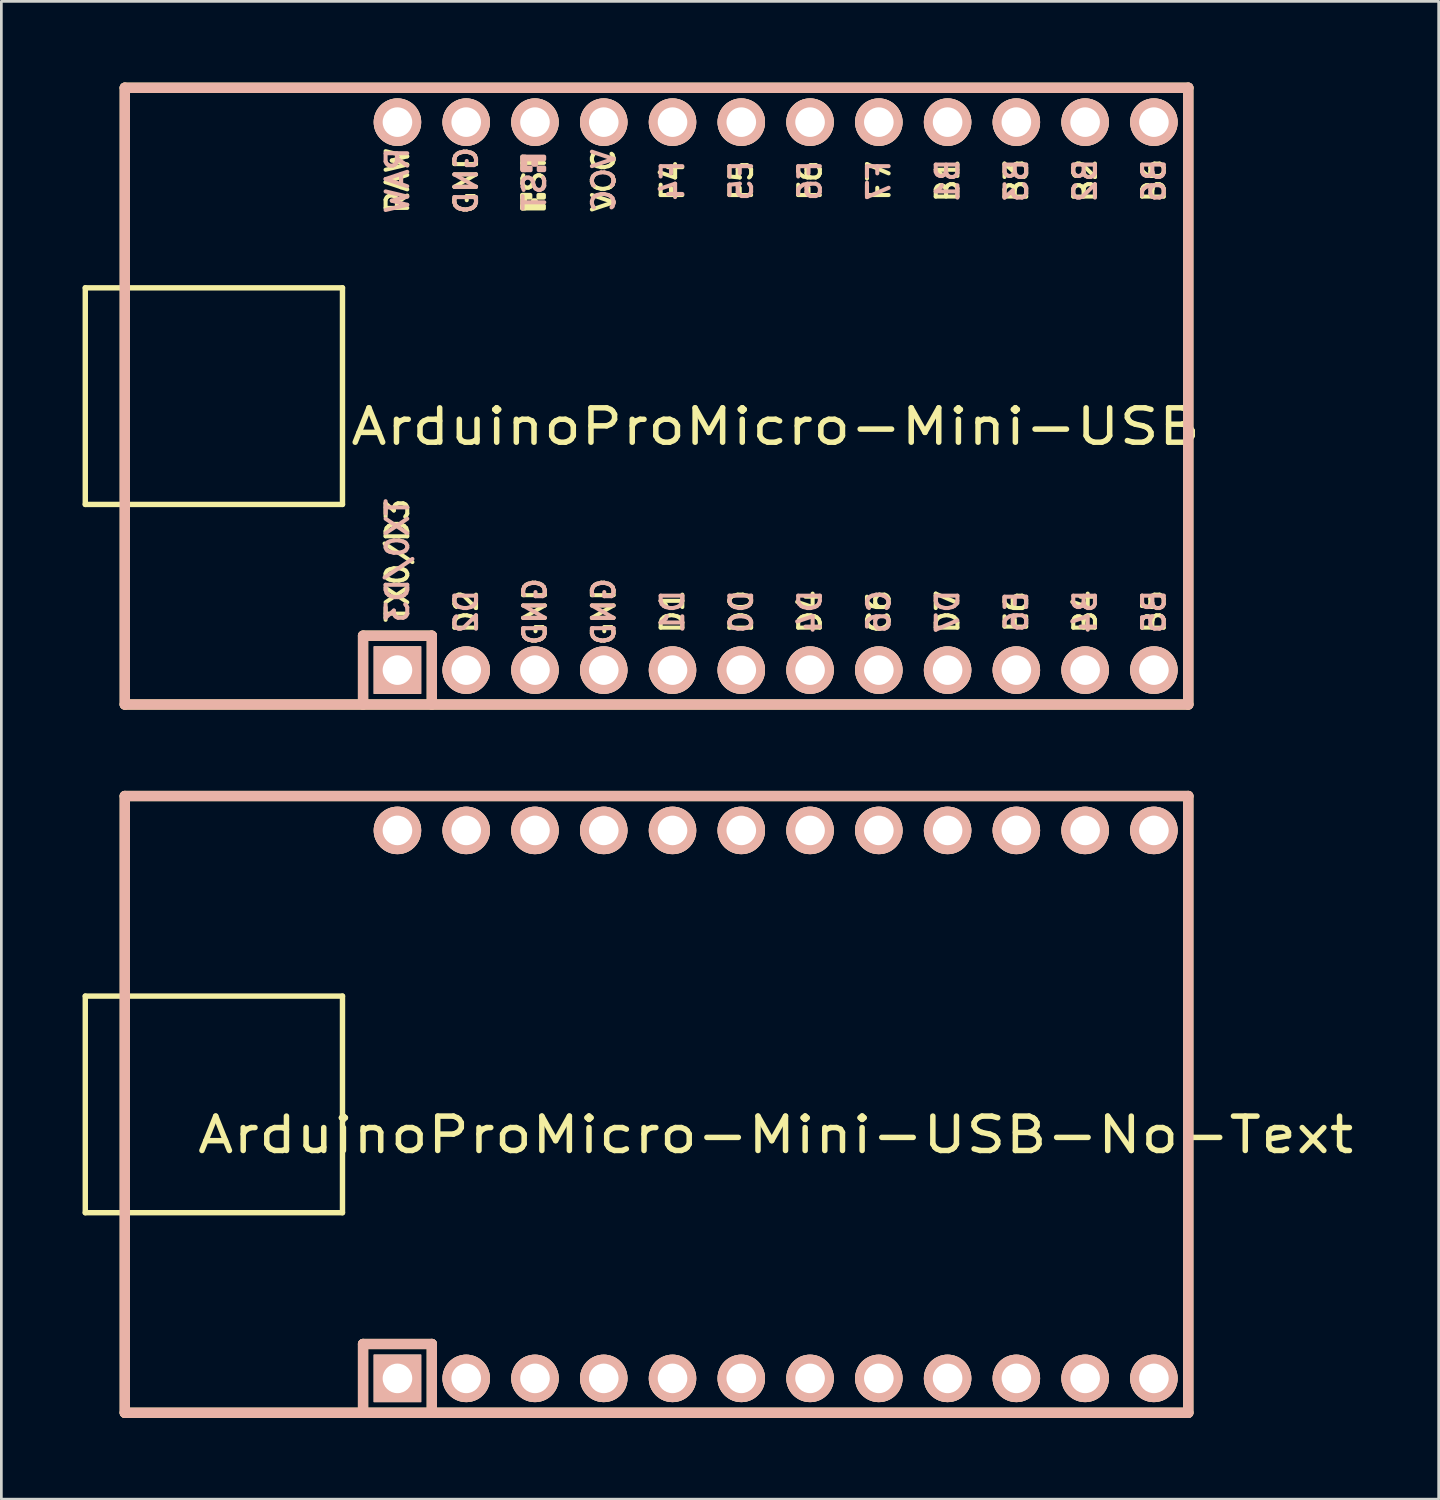
<source format=kicad_pcb>
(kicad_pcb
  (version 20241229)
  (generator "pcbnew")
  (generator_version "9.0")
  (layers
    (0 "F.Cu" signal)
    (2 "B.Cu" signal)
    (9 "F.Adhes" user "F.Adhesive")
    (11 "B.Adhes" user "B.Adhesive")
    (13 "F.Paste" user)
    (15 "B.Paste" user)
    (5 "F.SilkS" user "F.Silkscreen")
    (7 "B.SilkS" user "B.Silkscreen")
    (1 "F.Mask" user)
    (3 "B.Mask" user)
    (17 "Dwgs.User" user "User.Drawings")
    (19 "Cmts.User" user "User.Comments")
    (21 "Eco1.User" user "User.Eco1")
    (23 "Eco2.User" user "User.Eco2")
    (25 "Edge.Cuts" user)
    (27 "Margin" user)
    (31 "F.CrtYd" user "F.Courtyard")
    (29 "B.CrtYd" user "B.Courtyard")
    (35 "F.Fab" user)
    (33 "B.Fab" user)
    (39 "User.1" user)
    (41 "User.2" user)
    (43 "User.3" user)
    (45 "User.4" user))
  (footprint "ArduinoProMicro-Mini-USB"
    (layer "F.Cu")
    (at 25.6 11.581)
    (property "Reference" "ArduinoProMicro-Mini-USB" (at 0 1.125 0) (layer "F.SilkS") (effects (font (size 1.27 1.524) (thickness 0.203))))
    (attr through_hole)
    (fp_line (start -25.5 -4) (end -25.5 4) (stroke (width 0.2) (type solid)) (layer "F.SilkS"))
    (fp_line (start -25.5 4) (end -16 4) (stroke (width 0.2) (type solid)) (layer "F.SilkS"))
    (fp_line (start -24.04 -11.39) (end -24.04 11.39) (stroke (width 0.381) (type solid)) (layer "F.SilkS"))
    (fp_line (start -24.04 11.39) (end 15.24 11.39) (stroke (width 0.381) (type solid)) (layer "F.SilkS"))
    (fp_line (start -16 -4) (end -25.5 -4) (stroke (width 0.2) (type solid)) (layer "F.SilkS"))
    (fp_line (start -16 4) (end -16 -4) (stroke (width 0.2) (type solid)) (layer "F.SilkS"))
    (fp_line (start -15.24 8.85) (end -15.24 11.39) (stroke (width 0.381) (type solid)) (layer "F.SilkS"))
    (fp_line (start -15.24 8.85) (end -12.7 8.85) (stroke (width 0.381) (type solid)) (layer "F.SilkS"))
    (fp_line (start -12.7 8.85) (end -12.7 11.39) (stroke (width 0.381) (type solid)) (layer "F.SilkS"))
    (fp_line (start 15.24 -11.39) (end -24.04 -11.39) (stroke (width 0.381) (type solid)) (layer "F.SilkS"))
    (fp_line (start 15.24 11.39) (end 15.24 -11.39) (stroke (width 0.381) (type solid)) (layer "F.SilkS"))
    (fp_poly (pts (xy -9.361 -7.432) (xy -9.261 -7.432) (xy -9.261 -6.932) (xy -9.361 -6.932)) (stroke (width 0.15) (type solid)) (fill yes) (layer "F.SilkS"))
    (fp_poly (pts (xy -9.361 -7.432) (xy -9.061 -7.432) (xy -9.061 -7.332) (xy -9.361 -7.332)) (stroke (width 0.15) (type solid)) (fill yes) (layer "F.SilkS"))
    (fp_poly (pts (xy -9.361 -7.032) (xy -8.561 -7.032) (xy -8.561 -6.932) (xy -9.361 -6.932)) (stroke (width 0.15) (type solid)) (fill yes) (layer "F.SilkS"))
    (fp_poly (pts (xy -8.961 -7.232) (xy -8.861 -7.232) (xy -8.861 -7.132) (xy -8.961 -7.132)) (stroke (width 0.15) (type solid)) (fill yes) (layer "F.SilkS"))
    (fp_poly (pts (xy -8.761 -7.432) (xy -8.561 -7.432) (xy -8.561 -7.332) (xy -8.761 -7.332)) (stroke (width 0.15) (type solid)) (fill yes) (layer "F.SilkS"))
    (fp_line (start -24.04 -11.39) (end -24.04 11.39) (stroke (width 0.381) (type solid)) (layer "B.SilkS"))
    (fp_line (start -24.04 11.39) (end 15.24 11.39) (stroke (width 0.381) (type solid)) (layer "B.SilkS"))
    (fp_line (start -15.24 8.85) (end -15.24 11.39) (stroke (width 0.381) (type solid)) (layer "B.SilkS"))
    (fp_line (start -15.24 8.85) (end -12.7 8.85) (stroke (width 0.381) (type solid)) (layer "B.SilkS"))
    (fp_line (start -12.7 8.85) (end -12.7 11.39) (stroke (width 0.381) (type solid)) (layer "B.SilkS"))
    (fp_line (start 15.24 -11.39) (end -24.04 -11.39) (stroke (width 0.381) (type solid)) (layer "B.SilkS"))
    (fp_line (start 15.24 11.39) (end 15.24 -11.39) (stroke (width 0.381) (type solid)) (layer "B.SilkS"))
    (fp_poly (pts (xy -9.351 -8.745) (xy -8.551 -8.745) (xy -8.551 -8.845) (xy -9.351 -8.845)) (stroke (width 0.15) (type solid)) (fill yes) (layer "B.SilkS"))
    (fp_poly (pts (xy -9.351 -8.345) (xy -9.251 -8.345) (xy -9.251 -8.845) (xy -9.351 -8.845)) (stroke (width 0.15) (type solid)) (fill yes) (layer "B.SilkS"))
    (fp_poly (pts (xy -9.351 -8.345) (xy -9.051 -8.345) (xy -9.051 -8.445) (xy -9.351 -8.445)) (stroke (width 0.15) (type solid)) (fill yes) (layer "B.SilkS"))
    (fp_poly (pts (xy -8.951 -8.545) (xy -8.851 -8.545) (xy -8.851 -8.645) (xy -8.951 -8.645)) (stroke (width 0.15) (type solid)) (fill yes) (layer "B.SilkS"))
    (fp_poly (pts (xy -8.751 -8.345) (xy -8.551 -8.345) (xy -8.551 -8.445) (xy -8.751 -8.445)) (stroke (width 0.15) (type solid)) (fill yes) (layer "B.SilkS"))
    (fp_text user "VCC" (at -6.35 -7.961 90) (layer "F.SilkS") (effects (font (size 0.8 0.8) (thickness 0.15))))
    (fp_text user "ST" (at -8.92 -8.233 90) (layer "F.SilkS") (effects (font (size 0.8 0.8) (thickness 0.15))))
    (fp_text user "F6" (at 1.27 -7.961 90) (layer "F.SilkS") (effects (font (size 0.8 0.8) (thickness 0.15))))
    (fp_text user "TX0/D3" (at -13.97 6.072 90) (layer "F.SilkS") (effects (font (size 0.8 0.8) (thickness 0.15))))
    (fp_text user "C6" (at 3.81 7.961 90) (layer "F.SilkS") (effects (font (size 0.8 0.8) (thickness 0.15))))
    (fp_text user "B3" (at 8.89 -7.961 90) (layer "F.SilkS") (effects (font (size 0.8 0.8) (thickness 0.15))))
    (fp_text user "GND" (at -8.89 7.961 90) (layer "F.SilkS") (effects (font (size 0.8 0.8) (thickness 0.15))))
    (fp_text user "B2" (at 11.43 -7.961 90) (layer "F.SilkS") (effects (font (size 0.8 0.8) (thickness 0.15))))
    (fp_text user "E6" (at 8.89 7.961 90) (layer "F.SilkS") (effects (font (size 0.8 0.8) (thickness 0.15))))
    (fp_text user "F4" (at -3.81 -7.961 90) (layer "F.SilkS") (effects (font (size 0.8 0.8) (thickness 0.15))))
    (fp_text user "RAW" (at -13.97 -7.961 90) (layer "F.SilkS") (effects (font (size 0.8 0.8) (thickness 0.15))))
    (fp_text user "D1" (at -3.81 7.961 90) (layer "F.SilkS") (effects (font (size 0.8 0.8) (thickness 0.15))))
    (fp_text user "D0" (at -1.27 7.961 90) (layer "F.SilkS") (effects (font (size 0.8 0.8) (thickness 0.15))))
    (fp_text user "GND" (at -11.43 -7.961 90) (layer "F.SilkS") (effects (font (size 0.8 0.8) (thickness 0.15))))
    (fp_text user "B5" (at 13.97 7.961 90) (layer "F.SilkS") (effects (font (size 0.8 0.8) (thickness 0.15))))
    (fp_text user "F5" (at -1.27 -7.961 90) (layer "F.SilkS") (effects (font (size 0.8 0.8) (thickness 0.15))))
    (fp_text user "D2" (at -11.43 7.961 90) (layer "F.SilkS") (effects (font (size 0.8 0.8) (thickness 0.15))))
    (fp_text user "B4" (at 11.43 7.961 90) (layer "F.SilkS") (effects (font (size 0.8 0.8) (thickness 0.15))))
    (fp_text user "GND" (at -6.35 7.961 90) (layer "F.SilkS") (effects (font (size 0.8 0.8) (thickness 0.15))))
    (fp_text user "D7" (at 6.35 7.961 90) (layer "F.SilkS") (effects (font (size 0.8 0.8) (thickness 0.15))))
    (fp_text user "D4" (at 1.27 7.961 90) (layer "F.SilkS") (effects (font (size 0.8 0.8) (thickness 0.15))))
    (fp_text user "B1" (at 6.35 -7.961 90) (layer "F.SilkS") (effects (font (size 0.8 0.8) (thickness 0.15))))
    (fp_text user "F7" (at 3.81 -7.961 90) (layer "F.SilkS") (effects (font (size 0.8 0.8) (thickness 0.15))))
    (fp_text user "B6" (at 13.97 -7.961 90) (layer "F.SilkS") (effects (font (size 0.8 0.8) (thickness 0.15))))
    (fp_text user "D4" (at 1.27 7.961 90) (layer "B.SilkS") (effects (font (size 0.8 0.8) (thickness 0.15)) (justify mirror)))
    (fp_text user "B3" (at 8.89 -7.961 90) (layer "B.SilkS") (effects (font (size 0.8 0.8) (thickness 0.15)) (justify mirror)))
    (fp_text user "B2" (at 11.43 -7.961 90) (layer "B.SilkS") (effects (font (size 0.8 0.8) (thickness 0.15)) (justify mirror)))
    (fp_text user "F5" (at -1.27 -7.961 90) (layer "B.SilkS") (effects (font (size 0.8 0.8) (thickness 0.15)) (justify mirror)))
    (fp_text user "B5" (at 13.97 7.961 90) (layer "B.SilkS") (effects (font (size 0.8 0.8) (thickness 0.15)) (justify mirror)))
    (fp_text user "B4" (at 11.43 7.961 90) (layer "B.SilkS") (effects (font (size 0.8 0.8) (thickness 0.15)) (justify mirror)))
    (fp_text user "B1" (at 6.35 -7.961 90) (layer "B.SilkS") (effects (font (size 0.8 0.8) (thickness 0.15)) (justify mirror)))
    (fp_text user "D1" (at -3.81 7.961 90) (layer "B.SilkS") (effects (font (size 0.8 0.8) (thickness 0.15)) (justify mirror)))
    (fp_text user "C6" (at 3.81 7.961 90) (layer "B.SilkS") (effects (font (size 0.8 0.8) (thickness 0.15)) (justify mirror)))
    (fp_text user "RAW" (at -13.97 -7.961 90) (layer "B.SilkS") (effects (font (size 0.8 0.8) (thickness 0.15)) (justify mirror)))
    (fp_text user "TX0/D3" (at -13.97 6.072 90) (layer "B.SilkS") (effects (font (size 0.8 0.8) (thickness 0.15)) (justify mirror)))
    (fp_text user "F7" (at 3.81 -7.961 90) (layer "B.SilkS") (effects (font (size 0.8 0.8) (thickness 0.15)) (justify mirror)))
    (fp_text user "GND" (at -8.89 7.961 90) (layer "B.SilkS") (effects (font (size 0.8 0.8) (thickness 0.15)) (justify mirror)))
    (fp_text user "VCC" (at -6.35 -7.961 90) (layer "B.SilkS") (effects (font (size 0.8 0.8) (thickness 0.15)) (justify mirror)))
    (fp_text user "GND" (at -11.43 -7.961 90) (layer "B.SilkS") (effects (font (size 0.8 0.8) (thickness 0.15)) (justify mirror)))
    (fp_text user "E6" (at 8.89 7.961 90) (layer "B.SilkS") (effects (font (size 0.8 0.8) (thickness 0.15)) (justify mirror)))
    (fp_text user "F6" (at 1.27 -7.961 90) (layer "B.SilkS") (effects (font (size 0.8 0.8) (thickness 0.15)) (justify mirror)))
    (fp_text user "D7" (at 6.35 7.961 90) (layer "B.SilkS") (effects (font (size 0.8 0.8) (thickness 0.15)) (justify mirror)))
    (fp_text user "ST" (at -8.91 -7.54 90) (layer "B.SilkS") (effects (font (size 0.8 0.8) (thickness 0.15)) (justify mirror)))
    (fp_text user "D0" (at -1.27 7.961 90) (layer "B.SilkS") (effects (font (size 0.8 0.8) (thickness 0.15)) (justify mirror)))
    (fp_text user "F4" (at -3.81 -7.961 90) (layer "B.SilkS") (effects (font (size 0.8 0.8) (thickness 0.15)) (justify mirror)))
    (fp_text user "D2" (at -11.43 7.961 90) (layer "B.SilkS") (effects (font (size 0.8 0.8) (thickness 0.15)) (justify mirror)))
    (fp_text user "GND" (at -6.35 7.961 90) (layer "B.SilkS") (effects (font (size 0.8 0.8) (thickness 0.15)) (justify mirror)))
    (fp_text user "B6" (at 13.97 -7.961 90) (layer "B.SilkS") (effects (font (size 0.8 0.8) (thickness 0.15)) (justify mirror)))
    (pad "1" thru_hole rect (at -13.97 10.12) (size 1.753 1.753) (drill 1.092) (layers "*.Cu" "*.SilkS" "*.Mask"))
    (pad "2" thru_hole circle (at -11.43 10.12) (size 1.753 1.753) (drill 1.092) (layers "*.Cu" "*.SilkS" "*.Mask"))
    (pad "3" thru_hole circle (at -8.89 10.12) (size 1.753 1.753) (drill 1.092) (layers "*.Cu" "*.SilkS" "*.Mask"))
    (pad "4" thru_hole circle (at -6.35 10.12) (size 1.753 1.753) (drill 1.092) (layers "*.Cu" "*.SilkS" "*.Mask"))
    (pad "5" thru_hole circle (at -3.81 10.12) (size 1.753 1.753) (drill 1.092) (layers "*.Cu" "*.SilkS" "*.Mask"))
    (pad "6" thru_hole circle (at -1.27 10.12) (size 1.753 1.753) (drill 1.092) (layers "*.Cu" "*.SilkS" "*.Mask"))
    (pad "7" thru_hole circle (at 1.27 10.12) (size 1.753 1.753) (drill 1.092) (layers "*.Cu" "*.SilkS" "*.Mask"))
    (pad "8" thru_hole circle (at 3.81 10.12) (size 1.753 1.753) (drill 1.092) (layers "*.Cu" "*.SilkS" "*.Mask"))
    (pad "9" thru_hole circle (at 6.35 10.12) (size 1.753 1.753) (drill 1.092) (layers "*.Cu" "*.SilkS" "*.Mask"))
    (pad "10" thru_hole circle (at 8.89 10.12) (size 1.753 1.753) (drill 1.092) (layers "*.Cu" "*.SilkS" "*.Mask"))
    (pad "11" thru_hole circle (at 11.43 10.12) (size 1.753 1.753) (drill 1.092) (layers "*.Cu" "*.SilkS" "*.Mask"))
    (pad "12" thru_hole circle (at 13.97 10.12) (size 1.753 1.753) (drill 1.092) (layers "*.Cu" "*.SilkS" "*.Mask"))
    (pad "13" thru_hole circle (at 13.97 -10.12) (size 1.753 1.753) (drill 1.092) (layers "*.Cu" "*.SilkS" "*.Mask"))
    (pad "14" thru_hole circle (at 11.43 -10.12) (size 1.753 1.753) (drill 1.092) (layers "*.Cu" "*.SilkS" "*.Mask"))
    (pad "15" thru_hole circle (at 8.89 -10.12) (size 1.753 1.753) (drill 1.092) (layers "*.Cu" "*.SilkS" "*.Mask"))
    (pad "16" thru_hole circle (at 6.35 -10.12) (size 1.753 1.753) (drill 1.092) (layers "*.Cu" "*.SilkS" "*.Mask"))
    (pad "17" thru_hole circle (at 3.81 -10.12) (size 1.753 1.753) (drill 1.092) (layers "*.Cu" "*.SilkS" "*.Mask"))
    (pad "18" thru_hole circle (at 1.27 -10.12) (size 1.753 1.753) (drill 1.092) (layers "*.Cu" "*.SilkS" "*.Mask"))
    (pad "19" thru_hole circle (at -1.27 -10.12) (size 1.753 1.753) (drill 1.092) (layers "*.Cu" "*.SilkS" "*.Mask"))
    (pad "20" thru_hole circle (at -3.81 -10.12) (size 1.753 1.753) (drill 1.092) (layers "*.Cu" "*.SilkS" "*.Mask"))
    (pad "21" thru_hole circle (at -6.35 -10.12) (size 1.753 1.753) (drill 1.092) (layers "*.Cu" "*.SilkS" "*.Mask"))
    (pad "22" thru_hole circle (at -8.89 -10.12) (size 1.753 1.753) (drill 1.092) (layers "*.Cu" "*.SilkS" "*.Mask"))
    (pad "23" thru_hole circle (at -11.43 -10.12) (size 1.753 1.753) (drill 1.092) (layers "*.Cu" "*.SilkS" "*.Mask"))
    (pad "24" thru_hole circle (at -13.97 -10.12) (size 1.753 1.753) (drill 1.092) (layers "*.Cu" "*.SilkS" "*.Mask")))
  (footprint "ArduinoProMicro-Mini-USB-No-Text"
    (layer "F.Cu")
    (at 25.6 37.742)
    (property "Reference" "ArduinoProMicro-Mini-USB-No-Text" (at 0 1.125 0) (layer "F.SilkS") (effects (font (size 1.27 1.524) (thickness 0.203))))
    (attr through_hole)
    (fp_line (start -25.5 -4) (end -25.5 4) (stroke (width 0.2) (type solid)) (layer "F.SilkS"))
    (fp_line (start -25.5 4) (end -16 4) (stroke (width 0.2) (type solid)) (layer "F.SilkS"))
    (fp_line (start -24.04 -11.39) (end -24.04 11.39) (stroke (width 0.381) (type solid)) (layer "F.SilkS"))
    (fp_line (start -24.04 11.39) (end 15.24 11.39) (stroke (width 0.381) (type solid)) (layer "F.SilkS"))
    (fp_line (start -16 -4) (end -25.5 -4) (stroke (width 0.2) (type solid)) (layer "F.SilkS"))
    (fp_line (start -16 4) (end -16 -4) (stroke (width 0.2) (type solid)) (layer "F.SilkS"))
    (fp_line (start -15.24 8.85) (end -15.24 11.39) (stroke (width 0.381) (type solid)) (layer "F.SilkS"))
    (fp_line (start -15.24 8.85) (end -12.7 8.85) (stroke (width 0.381) (type solid)) (layer "F.SilkS"))
    (fp_line (start -12.7 8.85) (end -12.7 11.39) (stroke (width 0.381) (type solid)) (layer "F.SilkS"))
    (fp_line (start 15.24 -11.39) (end -24.04 -11.39) (stroke (width 0.381) (type solid)) (layer "F.SilkS"))
    (fp_line (start 15.24 11.39) (end 15.24 -11.39) (stroke (width 0.381) (type solid)) (layer "F.SilkS"))
    (fp_line (start -24.04 -11.39) (end -24.04 11.39) (stroke (width 0.381) (type solid)) (layer "B.SilkS"))
    (fp_line (start -24.04 11.39) (end 15.24 11.39) (stroke (width 0.381) (type solid)) (layer "B.SilkS"))
    (fp_line (start -15.24 8.85) (end -15.24 11.39) (stroke (width 0.381) (type solid)) (layer "B.SilkS"))
    (fp_line (start -15.24 8.85) (end -12.7 8.85) (stroke (width 0.381) (type solid)) (layer "B.SilkS"))
    (fp_line (start -12.7 8.85) (end -12.7 11.39) (stroke (width 0.381) (type solid)) (layer "B.SilkS"))
    (fp_line (start 15.24 -11.39) (end -24.04 -11.39) (stroke (width 0.381) (type solid)) (layer "B.SilkS"))
    (fp_line (start 15.24 11.39) (end 15.24 -11.39) (stroke (width 0.381) (type solid)) (layer "B.SilkS"))
    (pad "1" thru_hole rect (at -13.97 10.12) (size 1.753 1.753) (drill 1.092) (layers "*.Cu" "*.SilkS" "*.Mask"))
    (pad "2" thru_hole circle (at -11.43 10.12) (size 1.753 1.753) (drill 1.092) (layers "*.Cu" "*.SilkS" "*.Mask"))
    (pad "3" thru_hole circle (at -8.89 10.12) (size 1.753 1.753) (drill 1.092) (layers "*.Cu" "*.SilkS" "*.Mask"))
    (pad "4" thru_hole circle (at -6.35 10.12) (size 1.753 1.753) (drill 1.092) (layers "*.Cu" "*.SilkS" "*.Mask"))
    (pad "5" thru_hole circle (at -3.81 10.12) (size 1.753 1.753) (drill 1.092) (layers "*.Cu" "*.SilkS" "*.Mask"))
    (pad "6" thru_hole circle (at -1.27 10.12) (size 1.753 1.753) (drill 1.092) (layers "*.Cu" "*.SilkS" "*.Mask"))
    (pad "7" thru_hole circle (at 1.27 10.12) (size 1.753 1.753) (drill 1.092) (layers "*.Cu" "*.SilkS" "*.Mask"))
    (pad "8" thru_hole circle (at 3.81 10.12) (size 1.753 1.753) (drill 1.092) (layers "*.Cu" "*.SilkS" "*.Mask"))
    (pad "9" thru_hole circle (at 6.35 10.12) (size 1.753 1.753) (drill 1.092) (layers "*.Cu" "*.SilkS" "*.Mask"))
    (pad "10" thru_hole circle (at 8.89 10.12) (size 1.753 1.753) (drill 1.092) (layers "*.Cu" "*.SilkS" "*.Mask"))
    (pad "11" thru_hole circle (at 11.43 10.12) (size 1.753 1.753) (drill 1.092) (layers "*.Cu" "*.SilkS" "*.Mask"))
    (pad "12" thru_hole circle (at 13.97 10.12) (size 1.753 1.753) (drill 1.092) (layers "*.Cu" "*.SilkS" "*.Mask"))
    (pad "13" thru_hole circle (at 13.97 -10.12) (size 1.753 1.753) (drill 1.092) (layers "*.Cu" "*.SilkS" "*.Mask"))
    (pad "14" thru_hole circle (at 11.43 -10.12) (size 1.753 1.753) (drill 1.092) (layers "*.Cu" "*.SilkS" "*.Mask"))
    (pad "15" thru_hole circle (at 8.89 -10.12) (size 1.753 1.753) (drill 1.092) (layers "*.Cu" "*.SilkS" "*.Mask"))
    (pad "16" thru_hole circle (at 6.35 -10.12) (size 1.753 1.753) (drill 1.092) (layers "*.Cu" "*.SilkS" "*.Mask"))
    (pad "17" thru_hole circle (at 3.81 -10.12) (size 1.753 1.753) (drill 1.092) (layers "*.Cu" "*.SilkS" "*.Mask"))
    (pad "18" thru_hole circle (at 1.27 -10.12) (size 1.753 1.753) (drill 1.092) (layers "*.Cu" "*.SilkS" "*.Mask"))
    (pad "19" thru_hole circle (at -1.27 -10.12) (size 1.753 1.753) (drill 1.092) (layers "*.Cu" "*.SilkS" "*.Mask"))
    (pad "20" thru_hole circle (at -3.81 -10.12) (size 1.753 1.753) (drill 1.092) (layers "*.Cu" "*.SilkS" "*.Mask"))
    (pad "21" thru_hole circle (at -6.35 -10.12) (size 1.753 1.753) (drill 1.092) (layers "*.Cu" "*.SilkS" "*.Mask"))
    (pad "22" thru_hole circle (at -8.89 -10.12) (size 1.753 1.753) (drill 1.092) (layers "*.Cu" "*.SilkS" "*.Mask"))
    (pad "23" thru_hole circle (at -11.43 -10.12) (size 1.753 1.753) (drill 1.092) (layers "*.Cu" "*.SilkS" "*.Mask"))
    (pad "24" thru_hole circle (at -13.97 -10.12) (size 1.753 1.753) (drill 1.092) (layers "*.Cu" "*.SilkS" "*.Mask")))
  (gr_rect
    (start -3 -3)
    (end 50.088 52.322)
    (stroke (width 0.1) (type default))
    (fill no)
    (layer "Edge.Cuts")))
</source>
